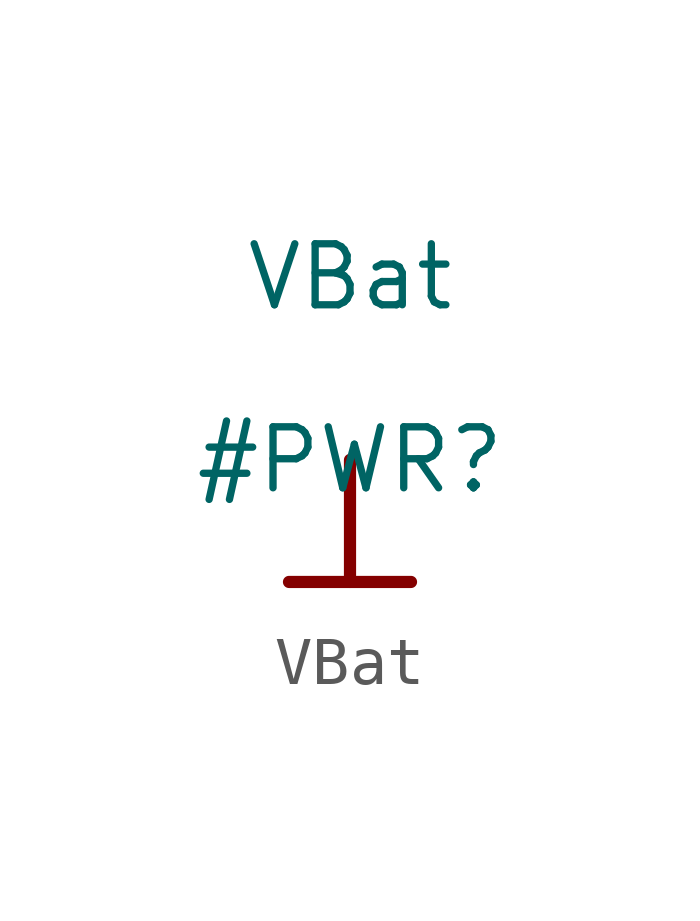
<source format=kicad_sym>
(kicad_symbol_lib
  (version 20211014)
  (generator kicad_symbol_editor)
  (symbol "VBat"
    (power)
    (property "Reference" "#PWR"
      (at 0 0 0)
      (effects (font (size 1.27 1.27))))
    (property "Value" "VBat"
      (at 0 3.81 0)
      (effects (font (size 1.27 1.27))))
    (symbol "VBat_0_0"
      (polyline (pts (xy -1.27 -2.54) (xy 1.27 -2.54)) (stroke (width 0.254) (type default) (color 0 0 0 0)) (fill (type none)))
      (polyline (pts (xy 0 0) (xy 0 -2.54)) (stroke (width 0.254) (type default) (color 0 0 0 0)) (fill (type none)))
      (pin power_in line (at 0 0 0) (length 0) hide (name "VBat" (effects (font (size 1.27 1.27)))) (number "" (effects (font (size 1.27 1.27))))))))
</source>
